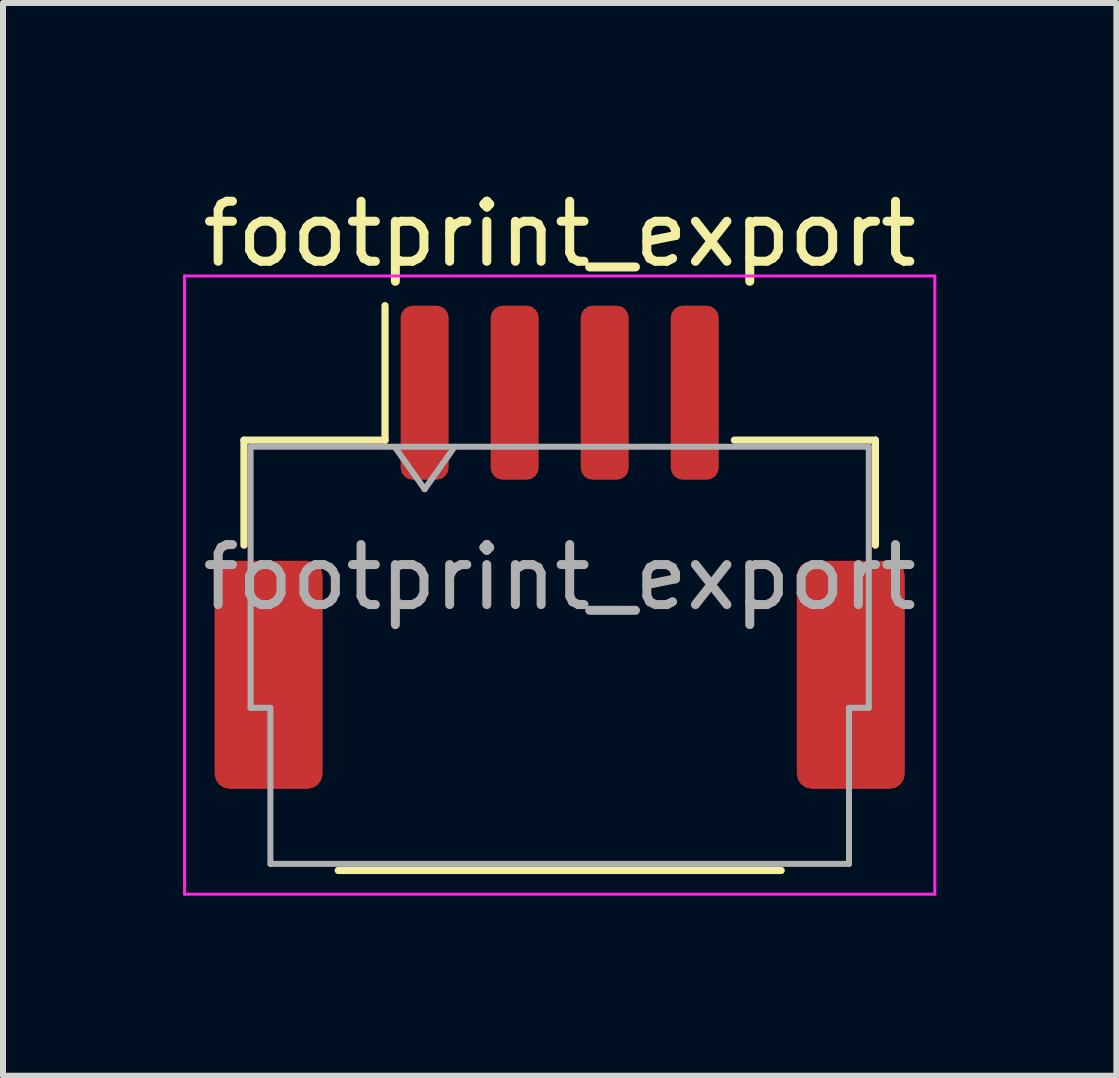
<source format=kicad_pcb>
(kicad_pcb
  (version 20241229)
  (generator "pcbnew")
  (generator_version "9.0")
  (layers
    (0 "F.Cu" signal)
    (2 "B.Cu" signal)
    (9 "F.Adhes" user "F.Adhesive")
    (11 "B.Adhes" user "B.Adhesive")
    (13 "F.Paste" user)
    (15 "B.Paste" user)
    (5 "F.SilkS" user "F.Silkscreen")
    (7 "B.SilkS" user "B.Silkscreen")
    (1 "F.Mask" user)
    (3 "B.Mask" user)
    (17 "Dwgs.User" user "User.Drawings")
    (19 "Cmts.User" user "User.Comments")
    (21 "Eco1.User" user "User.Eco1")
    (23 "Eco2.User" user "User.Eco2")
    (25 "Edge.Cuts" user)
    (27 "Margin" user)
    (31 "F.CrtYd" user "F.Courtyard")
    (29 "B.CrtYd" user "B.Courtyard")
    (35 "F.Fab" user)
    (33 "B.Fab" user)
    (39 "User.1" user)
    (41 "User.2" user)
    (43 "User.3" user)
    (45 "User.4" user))
  (footprint "footprint_export"
    (layer "F.Cu")
    (at 6.275 6.068)
    (property "Reference" "footprint_export" (at 0 -5.22 0) (layer "F.SilkS") (effects (font (size 1 1) (thickness 0.15))))
    (attr smd)
    (fp_line (start -5.26 -1.785) (end -2.91 -1.785) (stroke (width 0.12) (type solid)) (layer "F.SilkS"))
    (fp_line (start -5.26 -0.035) (end -5.26 -1.785) (stroke (width 0.12) (type solid)) (layer "F.SilkS"))
    (fp_line (start -3.69 5.385) (end 3.69 5.385) (stroke (width 0.12) (type solid)) (layer "F.SilkS"))
    (fp_line (start -2.91 -1.785) (end -2.91 -4.025) (stroke (width 0.12) (type solid)) (layer "F.SilkS"))
    (fp_line (start 5.26 -1.785) (end 2.91 -1.785) (stroke (width 0.12) (type solid)) (layer "F.SilkS"))
    (fp_line (start 5.26 -0.035) (end 5.26 -1.785) (stroke (width 0.12) (type solid)) (layer "F.SilkS"))
    (fp_line (start -6.25 -4.52) (end -6.25 5.78) (stroke (width 0.05) (type solid)) (layer "F.CrtYd"))
    (fp_line (start -6.25 5.78) (end 6.25 5.78) (stroke (width 0.05) (type solid)) (layer "F.CrtYd"))
    (fp_line (start 6.25 -4.52) (end -6.25 -4.52) (stroke (width 0.05) (type solid)) (layer "F.CrtYd"))
    (fp_line (start 6.25 5.78) (end 6.25 -4.52) (stroke (width 0.05) (type solid)) (layer "F.CrtYd"))
    (fp_line (start -5.15 -1.675) (end -5.15 2.675) (stroke (width 0.1) (type solid)) (layer "F.Fab"))
    (fp_line (start -5.15 -1.675) (end 5.15 -1.675) (stroke (width 0.1) (type solid)) (layer "F.Fab"))
    (fp_line (start -5.15 2.675) (end -4.82 2.675) (stroke (width 0.1) (type solid)) (layer "F.Fab"))
    (fp_line (start -4.82 2.675) (end -4.82 5.275) (stroke (width 0.1) (type solid)) (layer "F.Fab"))
    (fp_line (start -4.82 5.275) (end 4.82 5.275) (stroke (width 0.1) (type solid)) (layer "F.Fab"))
    (fp_line (start -2.75 -1.675) (end -2.25 -0.968) (stroke (width 0.1) (type solid)) (layer "F.Fab"))
    (fp_line (start -2.25 -0.968) (end -1.75 -1.675) (stroke (width 0.1) (type solid)) (layer "F.Fab"))
    (fp_line (start 4.82 2.675) (end 5.15 2.675) (stroke (width 0.1) (type solid)) (layer "F.Fab"))
    (fp_line (start 4.82 5.275) (end 4.82 2.675) (stroke (width 0.1) (type solid)) (layer "F.Fab"))
    (fp_line (start 5.15 -1.675) (end 5.15 2.675) (stroke (width 0.1) (type solid)) (layer "F.Fab"))
    (fp_text user "${REFERENCE}" (at 0 0.5 0) (layer "F.Fab") (effects (font (size 1 1) (thickness 0.15))))
    (pad "1" smd roundrect (at -2.25 -2.575) (size 0.8 2.9) (layers "F.Cu" "F.Mask" "F.Paste") (roundrect_rratio 0.25))
    (pad "2" smd roundrect (at -0.75 -2.575) (size 0.8 2.9) (layers "F.Cu" "F.Mask" "F.Paste") (roundrect_rratio 0.25))
    (pad "3" smd roundrect (at 0.75 -2.575) (size 0.8 2.9) (layers "F.Cu" "F.Mask" "F.Paste") (roundrect_rratio 0.25))
    (pad "4" smd roundrect (at 2.25 -2.575) (size 0.8 2.9) (layers "F.Cu" "F.Mask" "F.Paste") (roundrect_rratio 0.25))
    (pad "MP" smd roundrect (at -4.85 2.125) (size 1.8 3.8) (layers "F.Cu" "F.Mask" "F.Paste") (roundrect_rratio 0.139))
    (pad "MP" smd roundrect (at 4.85 2.125) (size 1.8 3.8) (layers "F.Cu" "F.Mask" "F.Paste") (roundrect_rratio 0.139)))
  (gr_rect
    (start -3 -3)
    (end 15.55 14.873)
    (stroke (width 0.1) (type default))
    (fill no)
    (layer "Edge.Cuts")))
</source>
